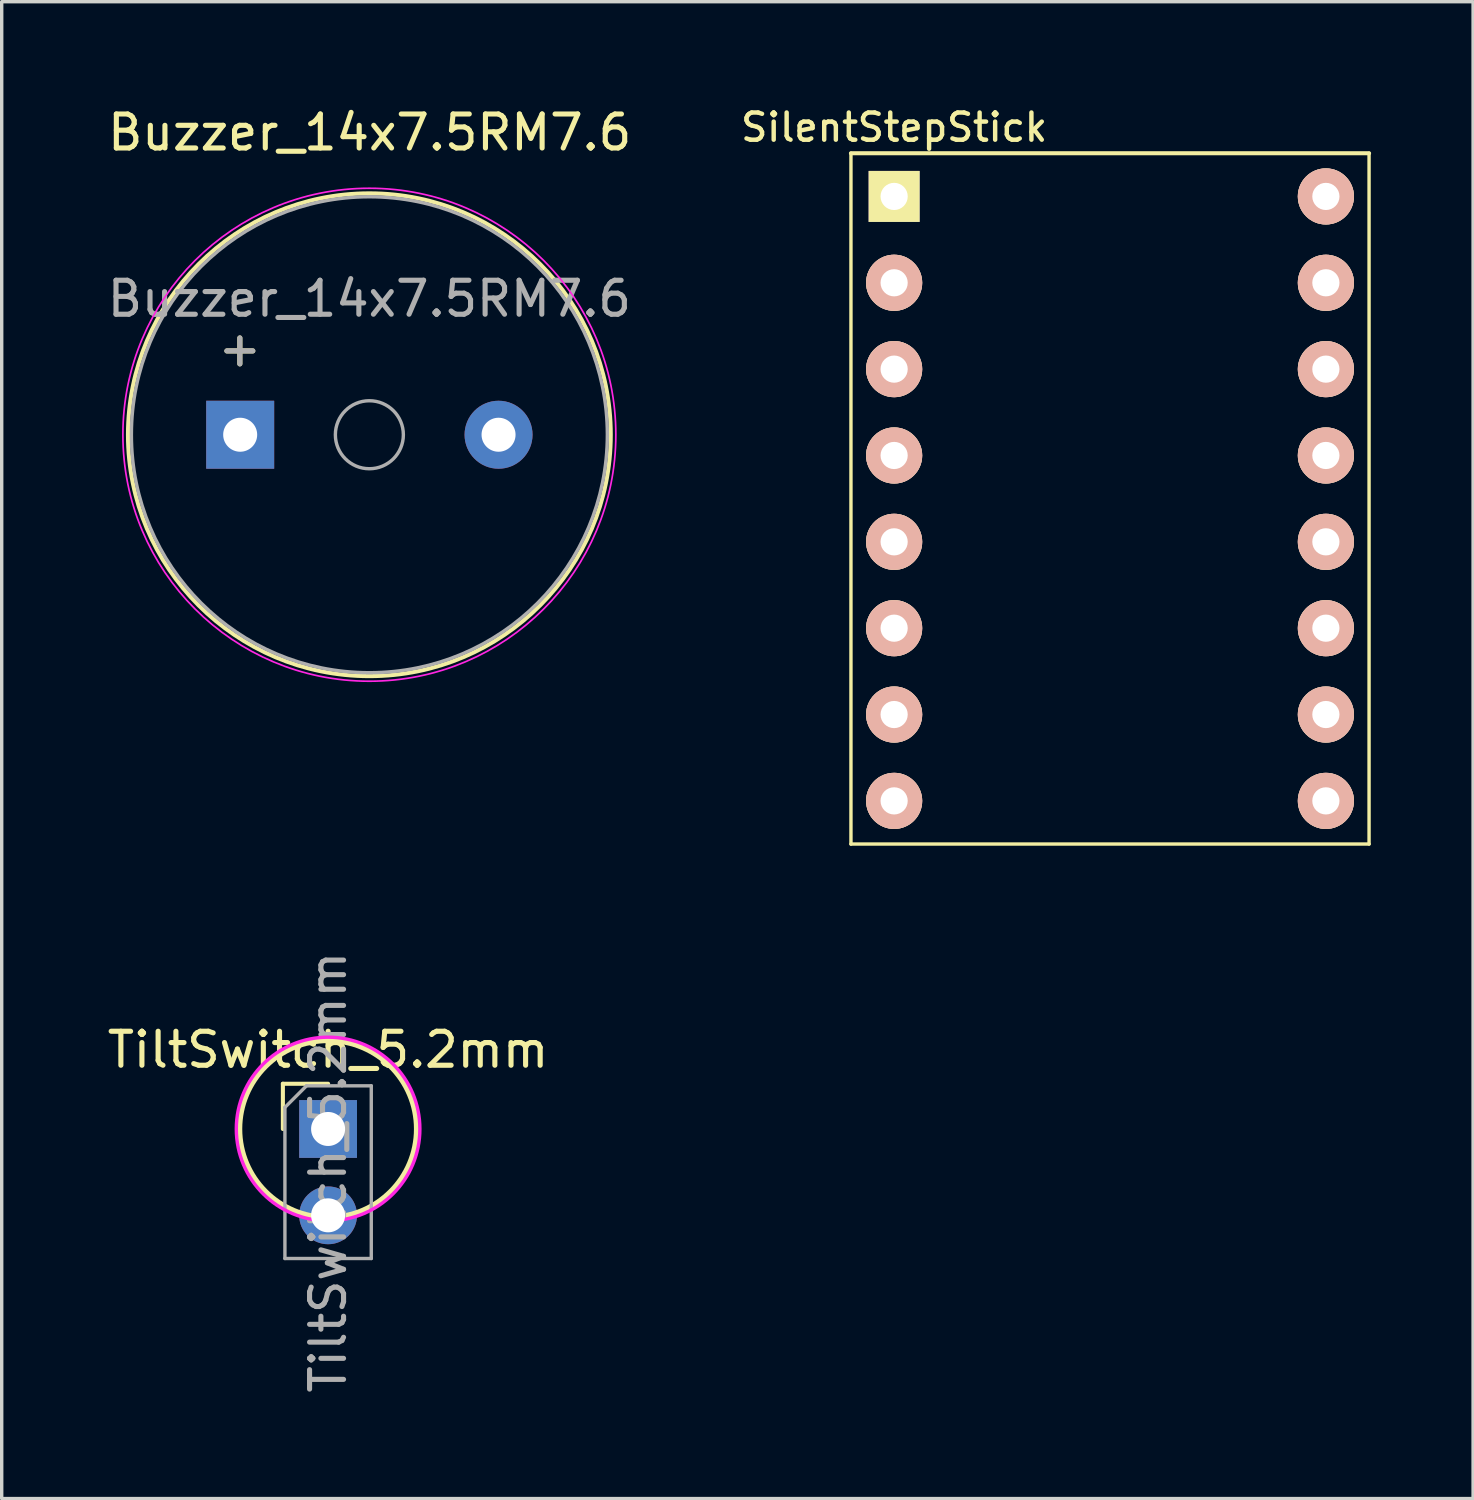
<source format=kicad_pcb>
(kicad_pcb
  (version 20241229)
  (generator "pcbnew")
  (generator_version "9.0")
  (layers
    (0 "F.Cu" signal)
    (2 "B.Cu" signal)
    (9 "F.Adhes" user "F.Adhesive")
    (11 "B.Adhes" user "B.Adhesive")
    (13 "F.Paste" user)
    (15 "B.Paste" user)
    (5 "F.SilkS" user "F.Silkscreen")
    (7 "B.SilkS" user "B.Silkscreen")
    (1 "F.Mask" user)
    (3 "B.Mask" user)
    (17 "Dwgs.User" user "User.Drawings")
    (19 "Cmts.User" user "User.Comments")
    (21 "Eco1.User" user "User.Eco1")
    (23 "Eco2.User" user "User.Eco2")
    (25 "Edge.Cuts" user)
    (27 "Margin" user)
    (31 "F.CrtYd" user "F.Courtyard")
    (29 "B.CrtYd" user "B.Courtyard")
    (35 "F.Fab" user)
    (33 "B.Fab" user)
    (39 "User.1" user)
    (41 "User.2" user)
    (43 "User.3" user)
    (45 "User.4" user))
  (footprint "SilentStepStick"
    (layer "F.Cu")
    (at 29.601 7.808)
    (property "Reference" "SilentStepStick" (at -6.35 -7.112 180) (layer "F.SilkS") (effects (font (size 0.8 0.8) (thickness 0.13))))
    (attr through_hole)
    (fp_line (start -7.62 -6.35) (end 7.62 -6.35) (stroke (width 0.12) (type solid)) (layer "F.SilkS"))
    (fp_line (start -7.62 13.97) (end -7.62 -6.35) (stroke (width 0.1) (type solid)) (layer "F.SilkS"))
    (fp_line (start -7.62 13.97) (end 7.62 13.97) (stroke (width 0.1) (type solid)) (layer "F.SilkS"))
    (fp_line (start 7.62 -6.35) (end 7.62 13.97) (stroke (width 0.1) (type solid)) (layer "F.SilkS"))
    (pad "1" thru_hole rect (at -6.35 -5.08) (size 1.5 1.5) (drill 0.8) (layers "*.Cu" "*.Mask" "F.SilkS"))
    (pad "2" thru_hole circle (at -6.35 -2.54) (size 1.651 1.651) (drill 0.8) (layers "*.Cu" "*.SilkS" "*.Mask"))
    (pad "3" thru_hole circle (at -6.35 0) (size 1.651 1.651) (drill 0.8) (layers "*.Cu" "*.SilkS" "*.Mask"))
    (pad "4" thru_hole circle (at -6.35 2.54) (size 1.651 1.651) (drill 0.8) (layers "*.Cu" "*.SilkS" "*.Mask"))
    (pad "5" thru_hole circle (at -6.35 5.08) (size 1.651 1.651) (drill 0.8) (layers "*.Cu" "*.SilkS" "*.Mask"))
    (pad "6" thru_hole circle (at -6.35 7.62) (size 1.651 1.651) (drill 0.8) (layers "*.Cu" "*.SilkS" "*.Mask"))
    (pad "7" thru_hole circle (at -6.35 10.16) (size 1.651 1.651) (drill 0.8) (layers "*.Cu" "*.SilkS" "*.Mask"))
    (pad "8" thru_hole circle (at -6.35 12.7 180) (size 1.651 1.651) (drill 0.8) (layers "*.Cu" "*.SilkS" "*.Mask"))
    (pad "9" thru_hole circle (at 6.35 12.7 180) (size 1.651 1.651) (drill 0.8) (layers "*.Cu" "*.SilkS" "*.Mask"))
    (pad "10" thru_hole circle (at 6.35 10.16 180) (size 1.651 1.651) (drill 0.8) (layers "*.Cu" "*.SilkS" "*.Mask"))
    (pad "11" thru_hole circle (at 6.35 7.62 180) (size 1.651 1.651) (drill 0.8) (layers "*.Cu" "*.SilkS" "*.Mask"))
    (pad "12" thru_hole circle (at 6.35 5.08 180) (size 1.651 1.651) (drill 0.8) (layers "*.Cu" "*.SilkS" "*.Mask"))
    (pad "13" thru_hole circle (at 6.35 2.54 180) (size 1.651 1.651) (drill 0.8) (layers "*.Cu" "*.SilkS" "*.Mask"))
    (pad "14" thru_hole circle (at 6.35 0 180) (size 1.651 1.651) (drill 0.8) (layers "*.Cu" "*.SilkS" "*.Mask"))
    (pad "15" thru_hole circle (at 6.35 -2.54) (size 1.651 1.651) (drill 0.8) (layers "*.Cu" "*.SilkS" "*.Mask"))
    (pad "16" thru_hole circle (at 6.35 -5.08) (size 1.651 1.651) (drill 0.8) (layers "*.Cu" "*.SilkS" "*.Mask")))
  (footprint "Buzzer_14x7.5RM7.6"
    (layer "F.Cu")
    (at 7.815 9.738)
    (property "Reference" "Buzzer_14x7.5RM7.6" (at 0.01 -8.89 0) (layer "F.SilkS") (effects (font (size 1 1) (thickness 0.15))))
    (attr through_hole)
    (fp_circle (center 0 0) (end 7.1 0) (stroke (width 0.12) (type solid)) (fill no) (layer "F.SilkS"))
    (fp_circle (center 0 0) (end 7.25 0) (stroke (width 0.05) (type solid)) (fill no) (layer "F.CrtYd"))
    (fp_circle (center 0 0) (end 1 0) (stroke (width 0.1) (type solid)) (fill no) (layer "F.Fab"))
    (fp_circle (center 0 0) (end 7 0) (stroke (width 0.1) (type solid)) (fill no) (layer "F.Fab"))
    (fp_text user "+" (at -3.81 -2.54 0) (layer "F.SilkS") (effects (font (size 1 1) (thickness 0.15))))
    (fp_text user "${REFERENCE}" (at 0 -4 0) (layer "F.Fab") (effects (font (size 1 1) (thickness 0.15))))
    (fp_text user "+" (at -3.81 -2.54 0) (layer "F.Fab") (effects (font (size 1 1) (thickness 0.15))))
    (pad "1" thru_hole rect (at -3.8 0) (size 2 2) (drill 1) (layers "*.Cu" "*.Mask"))
    (pad "2" thru_hole circle (at 3.8 0) (size 2 2) (drill 1) (layers "*.Cu" "*.Mask")))
  (footprint "TiltSwitch_5.2mm"
    (layer "F.Cu")
    (at 6.601 30.159)
    (property "Reference" "TiltSwitch_5.2mm" (at 0 -2.33 0) (layer "F.SilkS") (effects (font (size 1 1) (thickness 0.15))))
    (attr through_hole)
    (fp_line (start -1.33 -1.33) (end 0 -1.33) (stroke (width 0.12) (type solid)) (layer "F.SilkS"))
    (fp_line (start -1.33 0) (end -1.33 -1.33) (stroke (width 0.12) (type solid)) (layer "F.SilkS"))
    (fp_circle (center 0 0) (end 2.6 0) (stroke (width 0.15) (type solid)) (fill no) (layer "F.SilkS"))
    (fp_circle (center 0 0) (end 2.7 0) (stroke (width 0.1) (type solid)) (fill no) (layer "F.CrtYd"))
    (fp_line (start -1.27 -0.635) (end -0.635 -1.27) (stroke (width 0.1) (type solid)) (layer "F.Fab"))
    (fp_line (start -1.27 3.81) (end -1.27 -0.635) (stroke (width 0.1) (type solid)) (layer "F.Fab"))
    (fp_line (start -0.635 -1.27) (end 1.27 -1.27) (stroke (width 0.1) (type solid)) (layer "F.Fab"))
    (fp_line (start 1.27 -1.27) (end 1.27 3.81) (stroke (width 0.1) (type solid)) (layer "F.Fab"))
    (fp_line (start 1.27 3.81) (end -1.27 3.81) (stroke (width 0.1) (type solid)) (layer "F.Fab"))
    (fp_text user "${REFERENCE}" (at 0 1.27 90) (layer "F.Fab") (effects (font (size 1 1) (thickness 0.15))))
    (pad "1" thru_hole rect (at 0 0) (size 1.7 1.7) (drill 1) (layers "*.Cu" "*.Mask"))
    (pad "2" thru_hole oval (at 0 2.54) (size 1.7 1.7) (drill 1) (layers "*.Cu" "*.Mask")))
  (gr_rect
    (start -3 -3)
    (end 40.281 41.031)
    (stroke (width 0.1) (type default))
    (fill no)
    (layer "Edge.Cuts")))
</source>
